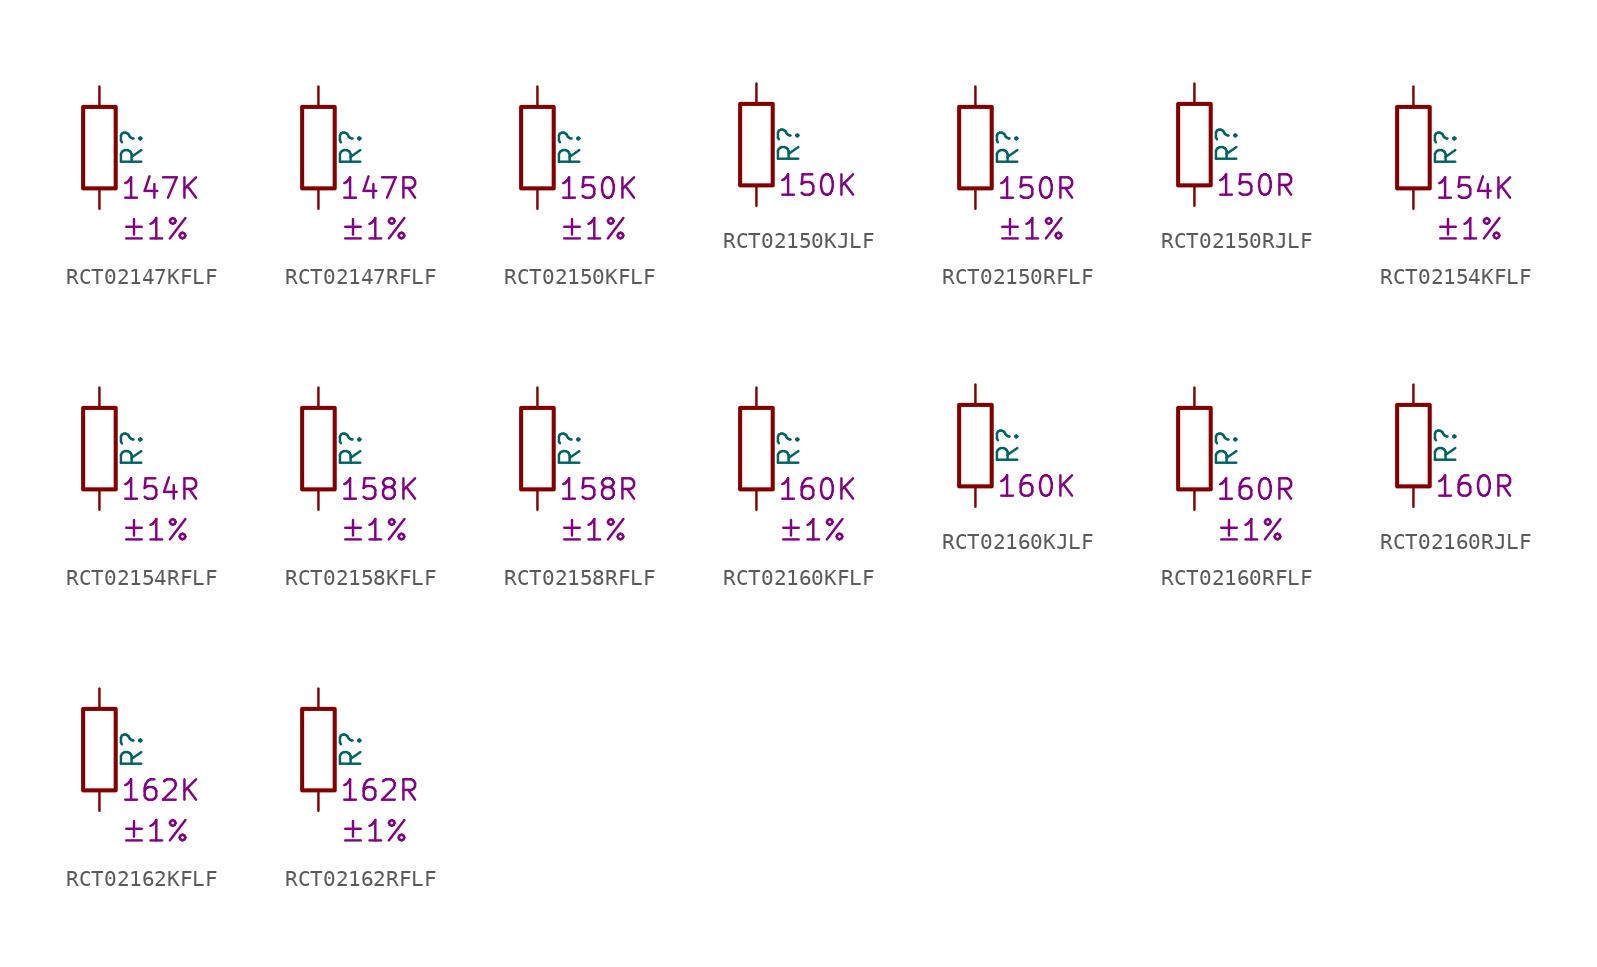
<source format=kicad_sym>
(kicad_symbol_lib
  (version 20220914)
  (generator kicad_symbol_editor)
  (symbol "RCT02147KFLF"
    (pin_numbers hide)
    (pin_names
      (offset 0))
    (property "Reference" "R"
      (at 2.032 0 90)
      (effects (font (size 1.27 1.27))))
    (property "Resistance" "147K"
      (at 1.27 -2.54 0)
      (effects (font (size 1.27 1.27)) (justify left)))
    (property "Tolerance" "±1%"
      (at 1.27 -5.08 0)
      (effects (font (size 1.27 1.27)) (justify left)))
    (symbol "RCT02147KFLF_0_1"
      (rectangle (start -1.016 -2.54) (end 1.016 2.54) (stroke (width 0.254) (type default)) (fill (type none))))
    (symbol "RCT02147KFLF_1_1"
      (pin passive line (at 0 3.81 270) (length 1.27) (name "~" (effects (font (size 1.27 1.27)))) (number "1" (effects (font (size 1.27 1.27)))))
      (pin passive line (at 0 -3.81 90) (length 1.27) (name "~" (effects (font (size 1.27 1.27)))) (number "2" (effects (font (size 1.27 1.27)))))))
  (symbol "RCT02147RFLF"
    (pin_numbers hide)
    (pin_names
      (offset 0))
    (property "Reference" "R"
      (at 2.032 0 90)
      (effects (font (size 1.27 1.27))))
    (property "Resistance" "147R"
      (at 1.27 -2.54 0)
      (effects (font (size 1.27 1.27)) (justify left)))
    (property "Tolerance" "±1%"
      (at 1.27 -5.08 0)
      (effects (font (size 1.27 1.27)) (justify left)))
    (symbol "RCT02147RFLF_0_1"
      (rectangle (start -1.016 -2.54) (end 1.016 2.54) (stroke (width 0.254) (type default)) (fill (type none))))
    (symbol "RCT02147RFLF_1_1"
      (pin passive line (at 0 3.81 270) (length 1.27) (name "~" (effects (font (size 1.27 1.27)))) (number "1" (effects (font (size 1.27 1.27)))))
      (pin passive line (at 0 -3.81 90) (length 1.27) (name "~" (effects (font (size 1.27 1.27)))) (number "2" (effects (font (size 1.27 1.27)))))))
  (symbol "RCT02150KFLF"
    (pin_numbers hide)
    (pin_names
      (offset 0))
    (property "Reference" "R"
      (at 2.032 0 90)
      (effects (font (size 1.27 1.27))))
    (property "Resistance" "150K"
      (at 1.27 -2.54 0)
      (effects (font (size 1.27 1.27)) (justify left)))
    (property "Tolerance" "±1%"
      (at 1.27 -5.08 0)
      (effects (font (size 1.27 1.27)) (justify left)))
    (symbol "RCT02150KFLF_0_1"
      (rectangle (start -1.016 -2.54) (end 1.016 2.54) (stroke (width 0.254) (type default)) (fill (type none))))
    (symbol "RCT02150KFLF_1_1"
      (pin passive line (at 0 3.81 270) (length 1.27) (name "~" (effects (font (size 1.27 1.27)))) (number "1" (effects (font (size 1.27 1.27)))))
      (pin passive line (at 0 -3.81 90) (length 1.27) (name "~" (effects (font (size 1.27 1.27)))) (number "2" (effects (font (size 1.27 1.27)))))))
  (symbol "RCT02150KJLF"
    (pin_numbers hide)
    (pin_names
      (offset 0))
    (property "Reference" "R"
      (at 2.032 0 90)
      (effects (font (size 1.27 1.27))))
    (property "Resistance" "150K"
      (at 1.27 -2.54 0)
      (effects (font (size 1.27 1.27)) (justify left)))
    (symbol "RCT02150KJLF_0_1"
      (rectangle (start -1.016 -2.54) (end 1.016 2.54) (stroke (width 0.254) (type default)) (fill (type none))))
    (symbol "RCT02150KJLF_1_1"
      (pin passive line (at 0 3.81 270) (length 1.27) (name "~" (effects (font (size 1.27 1.27)))) (number "1" (effects (font (size 1.27 1.27)))))
      (pin passive line (at 0 -3.81 90) (length 1.27) (name "~" (effects (font (size 1.27 1.27)))) (number "2" (effects (font (size 1.27 1.27)))))))
  (symbol "RCT02150RFLF"
    (pin_numbers hide)
    (pin_names
      (offset 0))
    (property "Reference" "R"
      (at 2.032 0 90)
      (effects (font (size 1.27 1.27))))
    (property "Resistance" "150R"
      (at 1.27 -2.54 0)
      (effects (font (size 1.27 1.27)) (justify left)))
    (property "Tolerance" "±1%"
      (at 1.27 -5.08 0)
      (effects (font (size 1.27 1.27)) (justify left)))
    (symbol "RCT02150RFLF_0_1"
      (rectangle (start -1.016 -2.54) (end 1.016 2.54) (stroke (width 0.254) (type default)) (fill (type none))))
    (symbol "RCT02150RFLF_1_1"
      (pin passive line (at 0 3.81 270) (length 1.27) (name "~" (effects (font (size 1.27 1.27)))) (number "1" (effects (font (size 1.27 1.27)))))
      (pin passive line (at 0 -3.81 90) (length 1.27) (name "~" (effects (font (size 1.27 1.27)))) (number "2" (effects (font (size 1.27 1.27)))))))
  (symbol "RCT02150RJLF"
    (pin_numbers hide)
    (pin_names
      (offset 0))
    (property "Reference" "R"
      (at 2.032 0 90)
      (effects (font (size 1.27 1.27))))
    (property "Resistance" "150R"
      (at 1.27 -2.54 0)
      (effects (font (size 1.27 1.27)) (justify left)))
    (symbol "RCT02150RJLF_0_1"
      (rectangle (start -1.016 -2.54) (end 1.016 2.54) (stroke (width 0.254) (type default)) (fill (type none))))
    (symbol "RCT02150RJLF_1_1"
      (pin passive line (at 0 3.81 270) (length 1.27) (name "~" (effects (font (size 1.27 1.27)))) (number "1" (effects (font (size 1.27 1.27)))))
      (pin passive line (at 0 -3.81 90) (length 1.27) (name "~" (effects (font (size 1.27 1.27)))) (number "2" (effects (font (size 1.27 1.27)))))))
  (symbol "RCT02154KFLF"
    (pin_numbers hide)
    (pin_names
      (offset 0))
    (property "Reference" "R"
      (at 2.032 0 90)
      (effects (font (size 1.27 1.27))))
    (property "Resistance" "154K"
      (at 1.27 -2.54 0)
      (effects (font (size 1.27 1.27)) (justify left)))
    (property "Tolerance" "±1%"
      (at 1.27 -5.08 0)
      (effects (font (size 1.27 1.27)) (justify left)))
    (symbol "RCT02154KFLF_0_1"
      (rectangle (start -1.016 -2.54) (end 1.016 2.54) (stroke (width 0.254) (type default)) (fill (type none))))
    (symbol "RCT02154KFLF_1_1"
      (pin passive line (at 0 3.81 270) (length 1.27) (name "~" (effects (font (size 1.27 1.27)))) (number "1" (effects (font (size 1.27 1.27)))))
      (pin passive line (at 0 -3.81 90) (length 1.27) (name "~" (effects (font (size 1.27 1.27)))) (number "2" (effects (font (size 1.27 1.27)))))))
  (symbol "RCT02154RFLF"
    (pin_numbers hide)
    (pin_names
      (offset 0))
    (property "Reference" "R"
      (at 2.032 0 90)
      (effects (font (size 1.27 1.27))))
    (property "Resistance" "154R"
      (at 1.27 -2.54 0)
      (effects (font (size 1.27 1.27)) (justify left)))
    (property "Tolerance" "±1%"
      (at 1.27 -5.08 0)
      (effects (font (size 1.27 1.27)) (justify left)))
    (symbol "RCT02154RFLF_0_1"
      (rectangle (start -1.016 -2.54) (end 1.016 2.54) (stroke (width 0.254) (type default)) (fill (type none))))
    (symbol "RCT02154RFLF_1_1"
      (pin passive line (at 0 3.81 270) (length 1.27) (name "~" (effects (font (size 1.27 1.27)))) (number "1" (effects (font (size 1.27 1.27)))))
      (pin passive line (at 0 -3.81 90) (length 1.27) (name "~" (effects (font (size 1.27 1.27)))) (number "2" (effects (font (size 1.27 1.27)))))))
  (symbol "RCT02158KFLF"
    (pin_numbers hide)
    (pin_names
      (offset 0))
    (property "Reference" "R"
      (at 2.032 0 90)
      (effects (font (size 1.27 1.27))))
    (property "Resistance" "158K"
      (at 1.27 -2.54 0)
      (effects (font (size 1.27 1.27)) (justify left)))
    (property "Tolerance" "±1%"
      (at 1.27 -5.08 0)
      (effects (font (size 1.27 1.27)) (justify left)))
    (symbol "RCT02158KFLF_0_1"
      (rectangle (start -1.016 -2.54) (end 1.016 2.54) (stroke (width 0.254) (type default)) (fill (type none))))
    (symbol "RCT02158KFLF_1_1"
      (pin passive line (at 0 3.81 270) (length 1.27) (name "~" (effects (font (size 1.27 1.27)))) (number "1" (effects (font (size 1.27 1.27)))))
      (pin passive line (at 0 -3.81 90) (length 1.27) (name "~" (effects (font (size 1.27 1.27)))) (number "2" (effects (font (size 1.27 1.27)))))))
  (symbol "RCT02158RFLF"
    (pin_numbers hide)
    (pin_names
      (offset 0))
    (property "Reference" "R"
      (at 2.032 0 90)
      (effects (font (size 1.27 1.27))))
    (property "Resistance" "158R"
      (at 1.27 -2.54 0)
      (effects (font (size 1.27 1.27)) (justify left)))
    (property "Tolerance" "±1%"
      (at 1.27 -5.08 0)
      (effects (font (size 1.27 1.27)) (justify left)))
    (symbol "RCT02158RFLF_0_1"
      (rectangle (start -1.016 -2.54) (end 1.016 2.54) (stroke (width 0.254) (type default)) (fill (type none))))
    (symbol "RCT02158RFLF_1_1"
      (pin passive line (at 0 3.81 270) (length 1.27) (name "~" (effects (font (size 1.27 1.27)))) (number "1" (effects (font (size 1.27 1.27)))))
      (pin passive line (at 0 -3.81 90) (length 1.27) (name "~" (effects (font (size 1.27 1.27)))) (number "2" (effects (font (size 1.27 1.27)))))))
  (symbol "RCT02160KFLF"
    (pin_numbers hide)
    (pin_names
      (offset 0))
    (property "Reference" "R"
      (at 2.032 0 90)
      (effects (font (size 1.27 1.27))))
    (property "Resistance" "160K"
      (at 1.27 -2.54 0)
      (effects (font (size 1.27 1.27)) (justify left)))
    (property "Tolerance" "±1%"
      (at 1.27 -5.08 0)
      (effects (font (size 1.27 1.27)) (justify left)))
    (symbol "RCT02160KFLF_0_1"
      (rectangle (start -1.016 -2.54) (end 1.016 2.54) (stroke (width 0.254) (type default)) (fill (type none))))
    (symbol "RCT02160KFLF_1_1"
      (pin passive line (at 0 3.81 270) (length 1.27) (name "~" (effects (font (size 1.27 1.27)))) (number "1" (effects (font (size 1.27 1.27)))))
      (pin passive line (at 0 -3.81 90) (length 1.27) (name "~" (effects (font (size 1.27 1.27)))) (number "2" (effects (font (size 1.27 1.27)))))))
  (symbol "RCT02160KJLF"
    (pin_numbers hide)
    (pin_names
      (offset 0))
    (property "Reference" "R"
      (at 2.032 0 90)
      (effects (font (size 1.27 1.27))))
    (property "Resistance" "160K"
      (at 1.27 -2.54 0)
      (effects (font (size 1.27 1.27)) (justify left)))
    (symbol "RCT02160KJLF_0_1"
      (rectangle (start -1.016 -2.54) (end 1.016 2.54) (stroke (width 0.254) (type default)) (fill (type none))))
    (symbol "RCT02160KJLF_1_1"
      (pin passive line (at 0 3.81 270) (length 1.27) (name "~" (effects (font (size 1.27 1.27)))) (number "1" (effects (font (size 1.27 1.27)))))
      (pin passive line (at 0 -3.81 90) (length 1.27) (name "~" (effects (font (size 1.27 1.27)))) (number "2" (effects (font (size 1.27 1.27)))))))
  (symbol "RCT02160RFLF"
    (pin_numbers hide)
    (pin_names
      (offset 0))
    (property "Reference" "R"
      (at 2.032 0 90)
      (effects (font (size 1.27 1.27))))
    (property "Resistance" "160R"
      (at 1.27 -2.54 0)
      (effects (font (size 1.27 1.27)) (justify left)))
    (property "Tolerance" "±1%"
      (at 1.27 -5.08 0)
      (effects (font (size 1.27 1.27)) (justify left)))
    (symbol "RCT02160RFLF_0_1"
      (rectangle (start -1.016 -2.54) (end 1.016 2.54) (stroke (width 0.254) (type default)) (fill (type none))))
    (symbol "RCT02160RFLF_1_1"
      (pin passive line (at 0 3.81 270) (length 1.27) (name "~" (effects (font (size 1.27 1.27)))) (number "1" (effects (font (size 1.27 1.27)))))
      (pin passive line (at 0 -3.81 90) (length 1.27) (name "~" (effects (font (size 1.27 1.27)))) (number "2" (effects (font (size 1.27 1.27)))))))
  (symbol "RCT02160RJLF"
    (pin_numbers hide)
    (pin_names
      (offset 0))
    (property "Reference" "R"
      (at 2.032 0 90)
      (effects (font (size 1.27 1.27))))
    (property "Resistance" "160R"
      (at 1.27 -2.54 0)
      (effects (font (size 1.27 1.27)) (justify left)))
    (symbol "RCT02160RJLF_0_1"
      (rectangle (start -1.016 -2.54) (end 1.016 2.54) (stroke (width 0.254) (type default)) (fill (type none))))
    (symbol "RCT02160RJLF_1_1"
      (pin passive line (at 0 3.81 270) (length 1.27) (name "~" (effects (font (size 1.27 1.27)))) (number "1" (effects (font (size 1.27 1.27)))))
      (pin passive line (at 0 -3.81 90) (length 1.27) (name "~" (effects (font (size 1.27 1.27)))) (number "2" (effects (font (size 1.27 1.27)))))))
  (symbol "RCT02162KFLF"
    (pin_numbers hide)
    (pin_names
      (offset 0))
    (property "Reference" "R"
      (at 2.032 0 90)
      (effects (font (size 1.27 1.27))))
    (property "Resistance" "162K"
      (at 1.27 -2.54 0)
      (effects (font (size 1.27 1.27)) (justify left)))
    (property "Tolerance" "±1%"
      (at 1.27 -5.08 0)
      (effects (font (size 1.27 1.27)) (justify left)))
    (symbol "RCT02162KFLF_0_1"
      (rectangle (start -1.016 -2.54) (end 1.016 2.54) (stroke (width 0.254) (type default)) (fill (type none))))
    (symbol "RCT02162KFLF_1_1"
      (pin passive line (at 0 3.81 270) (length 1.27) (name "~" (effects (font (size 1.27 1.27)))) (number "1" (effects (font (size 1.27 1.27)))))
      (pin passive line (at 0 -3.81 90) (length 1.27) (name "~" (effects (font (size 1.27 1.27)))) (number "2" (effects (font (size 1.27 1.27)))))))
  (symbol "RCT02162RFLF"
    (pin_numbers hide)
    (pin_names
      (offset 0))
    (property "Reference" "R"
      (at 2.032 0 90)
      (effects (font (size 1.27 1.27))))
    (property "Resistance" "162R"
      (at 1.27 -2.54 0)
      (effects (font (size 1.27 1.27)) (justify left)))
    (property "Tolerance" "±1%"
      (at 1.27 -5.08 0)
      (effects (font (size 1.27 1.27)) (justify left)))
    (symbol "RCT02162RFLF_0_1"
      (rectangle (start -1.016 -2.54) (end 1.016 2.54) (stroke (width 0.254) (type default)) (fill (type none))))
    (symbol "RCT02162RFLF_1_1"
      (pin passive line (at 0 3.81 270) (length 1.27) (name "~" (effects (font (size 1.27 1.27)))) (number "1" (effects (font (size 1.27 1.27)))))
      (pin passive line (at 0 -3.81 90) (length 1.27) (name "~" (effects (font (size 1.27 1.27)))) (number "2" (effects (font (size 1.27 1.27))))))))
</source>
